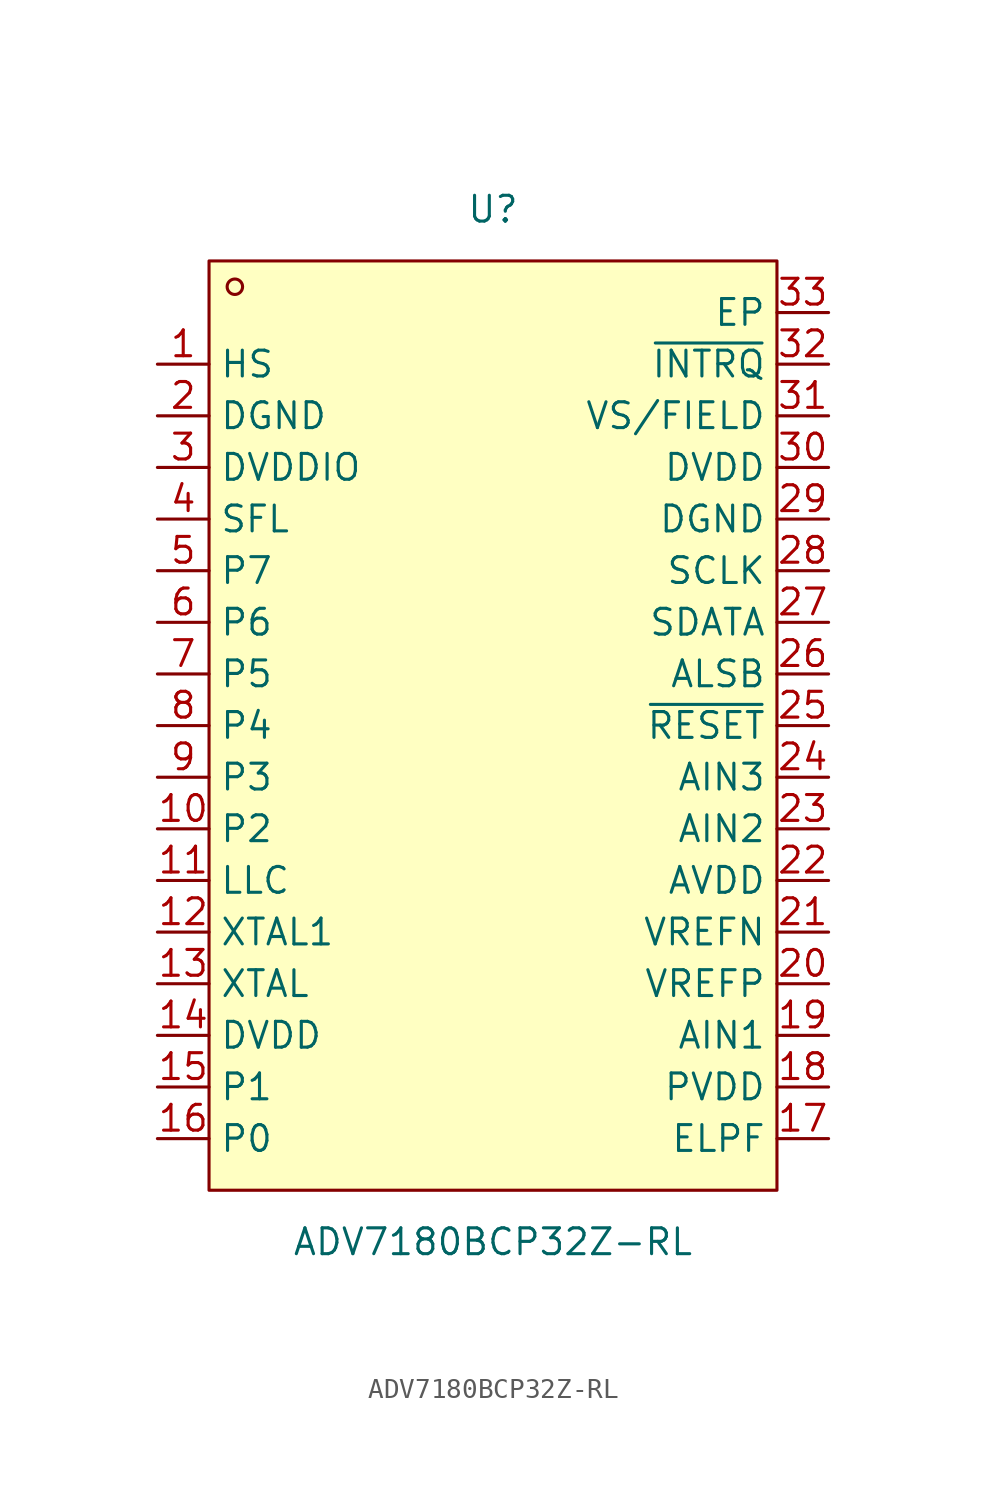
<source format=kicad_sym>
(kicad_symbol_lib
  (version 20211014)
  (generator https://github.com/uPesy/easyeda2kicad.py)
  (symbol "ADV7180BCP32Z-RL"
    (property "Reference" "U"
      (at 0 25.40 0)
      (effects (font (size 1.27 1.27))))
    (property "Value" "ADV7180BCP32Z-RL"
      (at 0 -25.40 0)
      (effects (font (size 1.27 1.27))))
    (symbol "ADV7180BCP32Z-RL_0_1"
      (rectangle (start -13.97 22.86) (end 13.97 -22.86) (stroke (width 0) (type default) (color 0 0 0 0)) (fill (type background)))
      (circle (center -12.70 21.59) (radius 0.38) (stroke (width 0) (type default) (color 0 0 0 0)) (fill (type none)))
      (pin unspecified line (at -16.51 17.78 0) (length 2.54) (name "HS" (effects (font (size 1.27 1.27)))) (number "1" (effects (font (size 1.27 1.27)))))
      (pin unspecified line (at -16.51 15.24 0) (length 2.54) (name "DGND" (effects (font (size 1.27 1.27)))) (number "2" (effects (font (size 1.27 1.27)))))
      (pin unspecified line (at -16.51 12.70 0) (length 2.54) (name "DVDDIO" (effects (font (size 1.27 1.27)))) (number "3" (effects (font (size 1.27 1.27)))))
      (pin unspecified line (at -16.51 10.16 0) (length 2.54) (name "SFL" (effects (font (size 1.27 1.27)))) (number "4" (effects (font (size 1.27 1.27)))))
      (pin unspecified line (at -16.51 7.62 0) (length 2.54) (name "P7" (effects (font (size 1.27 1.27)))) (number "5" (effects (font (size 1.27 1.27)))))
      (pin unspecified line (at -16.51 5.08 0) (length 2.54) (name "P6" (effects (font (size 1.27 1.27)))) (number "6" (effects (font (size 1.27 1.27)))))
      (pin unspecified line (at -16.51 2.54 0) (length 2.54) (name "P5" (effects (font (size 1.27 1.27)))) (number "7" (effects (font (size 1.27 1.27)))))
      (pin unspecified line (at -16.51 -0.00 0) (length 2.54) (name "P4" (effects (font (size 1.27 1.27)))) (number "8" (effects (font (size 1.27 1.27)))))
      (pin unspecified line (at -16.51 -2.54 0) (length 2.54) (name "P3" (effects (font (size 1.27 1.27)))) (number "9" (effects (font (size 1.27 1.27)))))
      (pin unspecified line (at -16.51 -5.08 0) (length 2.54) (name "P2" (effects (font (size 1.27 1.27)))) (number "10" (effects (font (size 1.27 1.27)))))
      (pin unspecified line (at -16.51 -7.62 0) (length 2.54) (name "LLC" (effects (font (size 1.27 1.27)))) (number "11" (effects (font (size 1.27 1.27)))))
      (pin unspecified line (at -16.51 -10.16 0) (length 2.54) (name "XTAL1" (effects (font (size 1.27 1.27)))) (number "12" (effects (font (size 1.27 1.27)))))
      (pin unspecified line (at -16.51 -12.70 0) (length 2.54) (name "XTAL" (effects (font (size 1.27 1.27)))) (number "13" (effects (font (size 1.27 1.27)))))
      (pin unspecified line (at -16.51 -15.24 0) (length 2.54) (name "DVDD" (effects (font (size 1.27 1.27)))) (number "14" (effects (font (size 1.27 1.27)))))
      (pin unspecified line (at -16.51 -17.78 0) (length 2.54) (name "P1" (effects (font (size 1.27 1.27)))) (number "15" (effects (font (size 1.27 1.27)))))
      (pin unspecified line (at -16.51 -20.32 0) (length 2.54) (name "P0" (effects (font (size 1.27 1.27)))) (number "16" (effects (font (size 1.27 1.27)))))
      (pin unspecified line (at 16.51 -20.32 180) (length 2.54) (name "ELPF" (effects (font (size 1.27 1.27)))) (number "17" (effects (font (size 1.27 1.27)))))
      (pin unspecified line (at 16.51 -17.78 180) (length 2.54) (name "PVDD" (effects (font (size 1.27 1.27)))) (number "18" (effects (font (size 1.27 1.27)))))
      (pin unspecified line (at 16.51 -15.24 180) (length 2.54) (name "AIN1" (effects (font (size 1.27 1.27)))) (number "19" (effects (font (size 1.27 1.27)))))
      (pin unspecified line (at 16.51 -12.70 180) (length 2.54) (name "VREFP" (effects (font (size 1.27 1.27)))) (number "20" (effects (font (size 1.27 1.27)))))
      (pin unspecified line (at 16.51 -10.16 180) (length 2.54) (name "VREFN" (effects (font (size 1.27 1.27)))) (number "21" (effects (font (size 1.27 1.27)))))
      (pin unspecified line (at 16.51 -7.62 180) (length 2.54) (name "AVDD" (effects (font (size 1.27 1.27)))) (number "22" (effects (font (size 1.27 1.27)))))
      (pin unspecified line (at 16.51 -5.08 180) (length 2.54) (name "AIN2" (effects (font (size 1.27 1.27)))) (number "23" (effects (font (size 1.27 1.27)))))
      (pin unspecified line (at 16.51 -2.54 180) (length 2.54) (name "AIN3" (effects (font (size 1.27 1.27)))) (number "24" (effects (font (size 1.27 1.27)))))
      (pin unspecified line (at 16.51 -0.00 180) (length 2.54) (name "~{RESET}" (effects (font (size 1.27 1.27)))) (number "25" (effects (font (size 1.27 1.27)))))
      (pin unspecified line (at 16.51 2.54 180) (length 2.54) (name "ALSB" (effects (font (size 1.27 1.27)))) (number "26" (effects (font (size 1.27 1.27)))))
      (pin unspecified line (at 16.51 5.08 180) (length 2.54) (name "SDATA" (effects (font (size 1.27 1.27)))) (number "27" (effects (font (size 1.27 1.27)))))
      (pin unspecified line (at 16.51 7.62 180) (length 2.54) (name "SCLK" (effects (font (size 1.27 1.27)))) (number "28" (effects (font (size 1.27 1.27)))))
      (pin unspecified line (at 16.51 10.16 180) (length 2.54) (name "DGND" (effects (font (size 1.27 1.27)))) (number "29" (effects (font (size 1.27 1.27)))))
      (pin unspecified line (at 16.51 12.70 180) (length 2.54) (name "DVDD" (effects (font (size 1.27 1.27)))) (number "30" (effects (font (size 1.27 1.27)))))
      (pin unspecified line (at 16.51 15.24 180) (length 2.54) (name "VS/FIELD" (effects (font (size 1.27 1.27)))) (number "31" (effects (font (size 1.27 1.27)))))
      (pin unspecified line (at 16.51 17.78 180) (length 2.54) (name "~{INTRQ}" (effects (font (size 1.27 1.27)))) (number "32" (effects (font (size 1.27 1.27)))))
      (pin unspecified line (at 16.51 20.32 180) (length 2.54) (name "EP" (effects (font (size 1.27 1.27)))) (number "33" (effects (font (size 1.27 1.27))))))))
</source>
